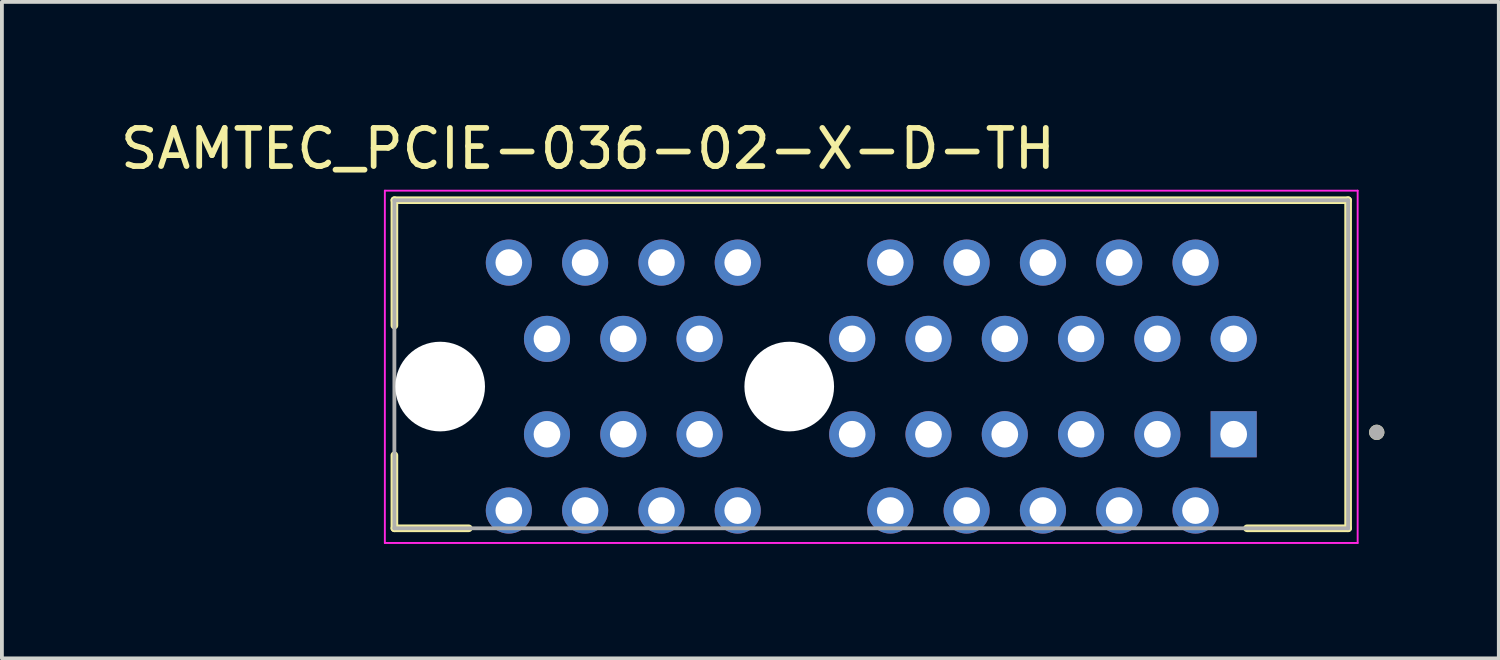
<source format=kicad_pcb>
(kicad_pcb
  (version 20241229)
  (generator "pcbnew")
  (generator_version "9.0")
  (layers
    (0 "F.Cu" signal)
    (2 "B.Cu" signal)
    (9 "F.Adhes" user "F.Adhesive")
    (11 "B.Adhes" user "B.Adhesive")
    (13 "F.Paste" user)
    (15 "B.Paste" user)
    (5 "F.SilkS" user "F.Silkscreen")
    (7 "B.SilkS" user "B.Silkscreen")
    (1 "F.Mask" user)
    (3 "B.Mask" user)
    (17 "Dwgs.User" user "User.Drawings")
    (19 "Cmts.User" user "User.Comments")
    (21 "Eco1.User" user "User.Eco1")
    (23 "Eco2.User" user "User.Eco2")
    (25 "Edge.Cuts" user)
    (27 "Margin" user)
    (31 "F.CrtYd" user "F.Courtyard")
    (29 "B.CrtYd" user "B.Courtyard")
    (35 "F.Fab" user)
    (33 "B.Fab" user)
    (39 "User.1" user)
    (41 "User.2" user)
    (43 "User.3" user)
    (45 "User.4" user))
  (footprint "SAMTEC_PCIE-036-02-X-D-TH"
    (layer "F.Cu")
    (at 19.788 6.498)
    (property "Reference" "SAMTEC_PCIE-036-02-X-D-TH" (at -7.425 -5.65 0) (layer "F.SilkS") (effects (font (size 1 1) (thickness 0.15))))
    (attr through_hole)
    (fp_line (start -12.5 -4.3) (end 12.5 -4.3) (stroke (width 0.2) (type solid)) (layer "F.SilkS"))
    (fp_line (start -12.5 -1.015) (end -12.5 -4.3) (stroke (width 0.2) (type solid)) (layer "F.SilkS"))
    (fp_line (start -12.5 4.3) (end -12.5 2.385) (stroke (width 0.2) (type solid)) (layer "F.SilkS"))
    (fp_line (start -10.55 4.3) (end -12.5 4.3) (stroke (width 0.2) (type solid)) (layer "F.SilkS"))
    (fp_line (start 12.5 -4.3) (end 12.5 4.3) (stroke (width 0.2) (type solid)) (layer "F.SilkS"))
    (fp_line (start 12.5 4.3) (end 9.85 4.3) (stroke (width 0.2) (type solid)) (layer "F.SilkS"))
    (fp_circle (center 13.25 1.785) (end 13.35 1.785) (stroke (width 0.2) (type solid)) (fill no) (layer "F.SilkS"))
    (fp_line (start -12.75 -4.55) (end 12.75 -4.55) (stroke (width 0.05) (type solid)) (layer "F.CrtYd"))
    (fp_line (start -12.75 4.685) (end -12.75 -4.55) (stroke (width 0.05) (type solid)) (layer "F.CrtYd"))
    (fp_line (start 12.75 -4.55) (end 12.75 4.685) (stroke (width 0.05) (type solid)) (layer "F.CrtYd"))
    (fp_line (start 12.75 4.685) (end -12.75 4.685) (stroke (width 0.05) (type solid)) (layer "F.CrtYd"))
    (fp_line (start -12.5 -4.3) (end 12.5 -4.3) (stroke (width 0.1) (type solid)) (layer "F.Fab"))
    (fp_line (start -12.5 4.3) (end -12.5 -4.3) (stroke (width 0.1) (type solid)) (layer "F.Fab"))
    (fp_line (start 12.5 -4.3) (end 12.5 4.3) (stroke (width 0.1) (type solid)) (layer "F.Fab"))
    (fp_line (start 12.5 4.3) (end -12.5 4.3) (stroke (width 0.1) (type solid)) (layer "F.Fab"))
    (fp_circle (center 13.25 1.785) (end 13.35 1.785) (stroke (width 0.2) (type solid)) (fill no) (layer "F.Fab"))
    (pad "" np_thru_hole circle (at -11.3 0.585) (size 2.35 2.35) (drill 2.35) (layers "*.Cu" "*.Mask"))
    (pad "" np_thru_hole circle (at -2.15 0.585) (size 2.35 2.35) (drill 2.35) (layers "*.Cu" "*.Mask"))
    (pad "A1" thru_hole rect (at 9.5 1.835) (size 1.208 1.208) (drill 0.7) (layers "*.Cu" "*.Mask"))
    (pad "A2" thru_hole circle (at 8.5 3.835) (size 1.208 1.208) (drill 0.7) (layers "*.Cu" "*.Mask"))
    (pad "A3" thru_hole circle (at 7.5 1.835) (size 1.208 1.208) (drill 0.7) (layers "*.Cu" "*.Mask"))
    (pad "A4" thru_hole circle (at 6.5 3.835) (size 1.208 1.208) (drill 0.7) (layers "*.Cu" "*.Mask"))
    (pad "A5" thru_hole circle (at 5.5 1.835) (size 1.208 1.208) (drill 0.7) (layers "*.Cu" "*.Mask"))
    (pad "A6" thru_hole circle (at 4.5 3.835) (size 1.208 1.208) (drill 0.7) (layers "*.Cu" "*.Mask"))
    (pad "A7" thru_hole circle (at 3.5 1.835) (size 1.208 1.208) (drill 0.7) (layers "*.Cu" "*.Mask"))
    (pad "A8" thru_hole circle (at 2.5 3.835) (size 1.208 1.208) (drill 0.7) (layers "*.Cu" "*.Mask"))
    (pad "A9" thru_hole circle (at 1.5 1.835) (size 1.208 1.208) (drill 0.7) (layers "*.Cu" "*.Mask"))
    (pad "A10" thru_hole circle (at 0.5 3.835) (size 1.208 1.208) (drill 0.7) (layers "*.Cu" "*.Mask"))
    (pad "A11" thru_hole circle (at -0.5 1.835) (size 1.208 1.208) (drill 0.7) (layers "*.Cu" "*.Mask"))
    (pad "A12" thru_hole circle (at -3.5 3.835) (size 1.208 1.208) (drill 0.7) (layers "*.Cu" "*.Mask"))
    (pad "A13" thru_hole circle (at -4.5 1.835) (size 1.208 1.208) (drill 0.7) (layers "*.Cu" "*.Mask"))
    (pad "A14" thru_hole circle (at -5.5 3.835) (size 1.208 1.208) (drill 0.7) (layers "*.Cu" "*.Mask"))
    (pad "A15" thru_hole circle (at -6.5 1.835) (size 1.208 1.208) (drill 0.7) (layers "*.Cu" "*.Mask"))
    (pad "A16" thru_hole circle (at -7.5 3.835) (size 1.208 1.208) (drill 0.7) (layers "*.Cu" "*.Mask"))
    (pad "A17" thru_hole circle (at -8.5 1.835) (size 1.208 1.208) (drill 0.7) (layers "*.Cu" "*.Mask"))
    (pad "A18" thru_hole circle (at -9.5 3.835) (size 1.208 1.208) (drill 0.7) (layers "*.Cu" "*.Mask"))
    (pad "B1" thru_hole circle (at 9.5 -0.665) (size 1.208 1.208) (drill 0.7) (layers "*.Cu" "*.Mask"))
    (pad "B2" thru_hole circle (at 8.5 -2.665) (size 1.208 1.208) (drill 0.7) (layers "*.Cu" "*.Mask"))
    (pad "B3" thru_hole circle (at 7.5 -0.665) (size 1.208 1.208) (drill 0.7) (layers "*.Cu" "*.Mask"))
    (pad "B4" thru_hole circle (at 6.5 -2.665) (size 1.208 1.208) (drill 0.7) (layers "*.Cu" "*.Mask"))
    (pad "B5" thru_hole circle (at 5.5 -0.665) (size 1.208 1.208) (drill 0.7) (layers "*.Cu" "*.Mask"))
    (pad "B6" thru_hole circle (at 4.5 -2.665) (size 1.208 1.208) (drill 0.7) (layers "*.Cu" "*.Mask"))
    (pad "B7" thru_hole circle (at 3.5 -0.665) (size 1.208 1.208) (drill 0.7) (layers "*.Cu" "*.Mask"))
    (pad "B8" thru_hole circle (at 2.5 -2.665) (size 1.208 1.208) (drill 0.7) (layers "*.Cu" "*.Mask"))
    (pad "B9" thru_hole circle (at 1.5 -0.665) (size 1.208 1.208) (drill 0.7) (layers "*.Cu" "*.Mask"))
    (pad "B10" thru_hole circle (at 0.5 -2.665) (size 1.208 1.208) (drill 0.7) (layers "*.Cu" "*.Mask"))
    (pad "B11" thru_hole circle (at -0.5 -0.665) (size 1.208 1.208) (drill 0.7) (layers "*.Cu" "*.Mask"))
    (pad "B12" thru_hole circle (at -3.5 -2.665) (size 1.208 1.208) (drill 0.7) (layers "*.Cu" "*.Mask"))
    (pad "B13" thru_hole circle (at -4.5 -0.665) (size 1.208 1.208) (drill 0.7) (layers "*.Cu" "*.Mask"))
    (pad "B14" thru_hole circle (at -5.5 -2.665) (size 1.208 1.208) (drill 0.7) (layers "*.Cu" "*.Mask"))
    (pad "B15" thru_hole circle (at -6.5 -0.665) (size 1.208 1.208) (drill 0.7) (layers "*.Cu" "*.Mask"))
    (pad "B16" thru_hole circle (at -7.5 -2.665) (size 1.208 1.208) (drill 0.7) (layers "*.Cu" "*.Mask"))
    (pad "B17" thru_hole circle (at -8.5 -0.665) (size 1.208 1.208) (drill 0.7) (layers "*.Cu" "*.Mask"))
    (pad "B18" thru_hole circle (at -9.5 -2.665) (size 1.208 1.208) (drill 0.7) (layers "*.Cu" "*.Mask")))
  (gr_rect
    (start -3 -3)
    (end 36.238 14.208)
    (stroke (width 0.1) (type default))
    (fill no)
    (layer "Edge.Cuts")))
</source>
